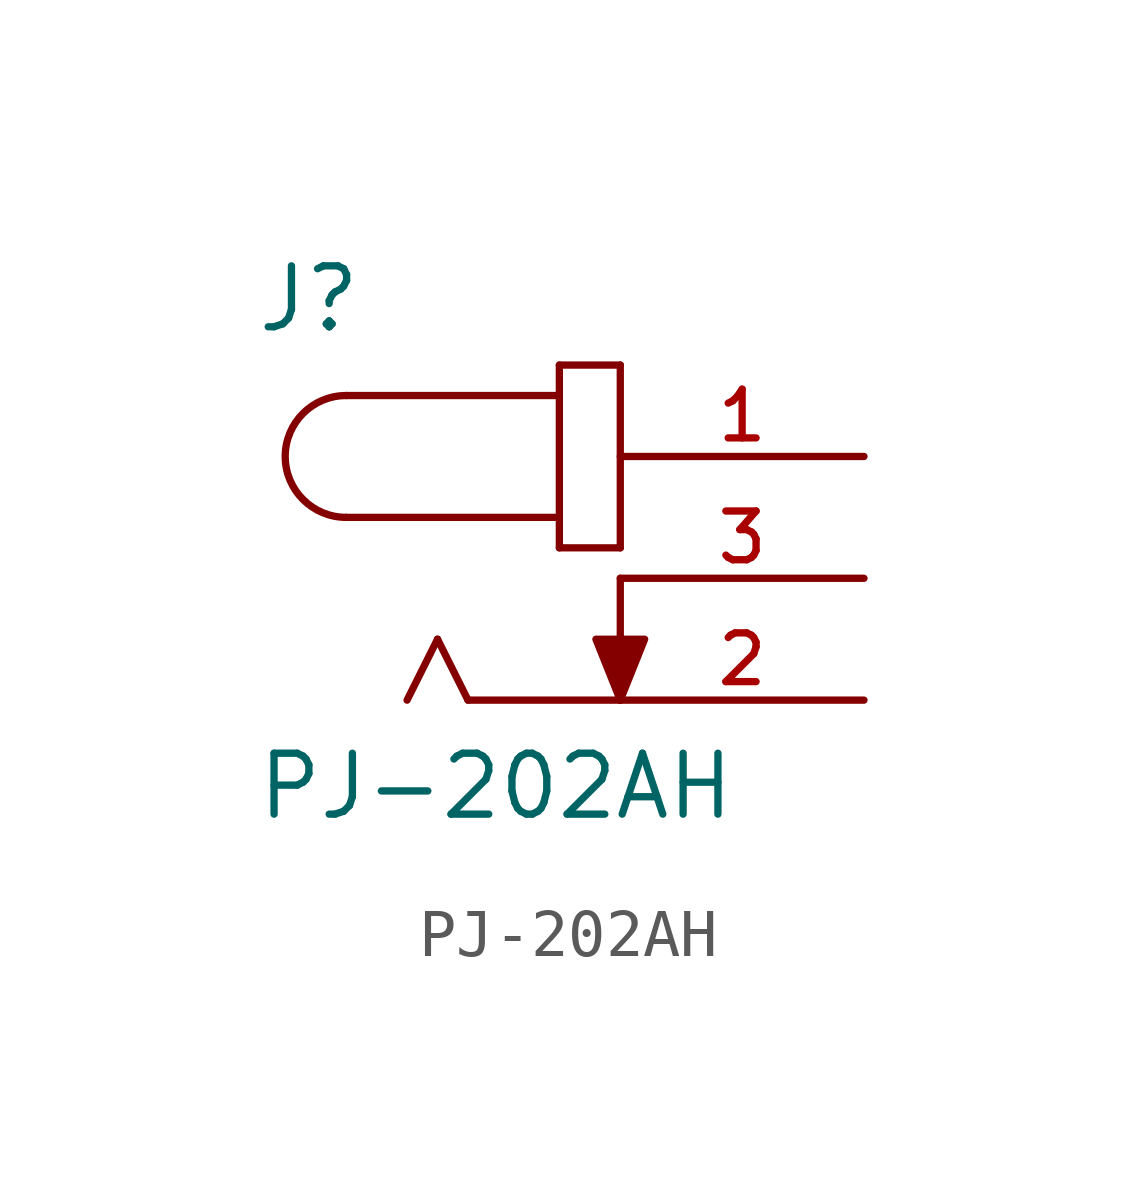
<source format=kicad_sym>
(kicad_symbol_lib
  (version 20220914)
  (generator kicad_symbol_editor)
  (symbol "PJ-202AH"
    (pin_names
      (offset 1.016))
    (property "Reference" "J"
      (at -7.62 5.08 0)
      (effects (font (size 1.27 1.27)) (justify left bottom)))
    (property "Value" "PJ-202AH"
      (at -7.62 -5.08 0)
      (effects (font (size 1.27 1.27)) (justify left bottom)))
    (symbol "PJ-202AH_0_0"
      (arc (start -5.715 3.81) (mid -6.9795 2.54) (end -5.715 1.27) (stroke (width 0.1524) (type default)) (fill (type none)))
      (polyline (pts (xy -5.715 3.81) (xy -1.27 3.81)) (stroke (width 0.152) (type default)) (fill (type none)))
      (polyline (pts (xy -3.81 -1.27) (xy -4.445 -2.54)) (stroke (width 0.152) (type default)) (fill (type none)))
      (polyline (pts (xy -3.175 -2.54) (xy -3.81 -1.27)) (stroke (width 0.152) (type default)) (fill (type none)))
      (polyline (pts (xy -1.27 0.635) (xy 0 0.635)) (stroke (width 0.152) (type default)) (fill (type none)))
      (polyline (pts (xy -1.27 1.27) (xy -5.715 1.27)) (stroke (width 0.152) (type default)) (fill (type none)))
      (polyline (pts (xy -1.27 1.27) (xy -1.27 0.635)) (stroke (width 0.152) (type default)) (fill (type none)))
      (polyline (pts (xy -1.27 3.81) (xy -1.27 1.27)) (stroke (width 0.152) (type default)) (fill (type none)))
      (polyline (pts (xy -1.27 4.445) (xy -1.27 3.81)) (stroke (width 0.152) (type default)) (fill (type none)))
      (polyline (pts (xy 0 -2.54) (xy -3.175 -2.54)) (stroke (width 0.152) (type default)) (fill (type none)))
      (polyline (pts (xy 0 0) (xy 0 -2.54)) (stroke (width 0.152) (type default)) (fill (type none)))
      (polyline (pts (xy 0 0.635) (xy 0 4.445)) (stroke (width 0.152) (type default)) (fill (type none)))
      (polyline (pts (xy 0 4.445) (xy -1.27 4.445)) (stroke (width 0.152) (type default)) (fill (type none)))
      (polyline (pts (xy 0 -2.54) (xy -0.508 -1.27) (xy 0.508 -1.27) (xy 0 -2.54)) (stroke (width 0.152) (type default)) (fill (type outline)))
      (pin passive line (at 5.08 0 180) (length 5.08) (name "~" (effects (font (size 1.016 1.016)))) (number "3" (effects (font (size 1.016 1.016))))))
    (symbol "PJ-202AH_1_0"
      (pin power_out line (at 5.08 2.54 180) (length 5.08) (name "~" (effects (font (size 1.016 1.016)))) (number "1" (effects (font (size 1.016 1.016)))))
      (pin power_out line (at 5.08 -2.54 180) (length 5.08) (name "~" (effects (font (size 1.016 1.016)))) (number "2" (effects (font (size 1.016 1.016))))))))
</source>
